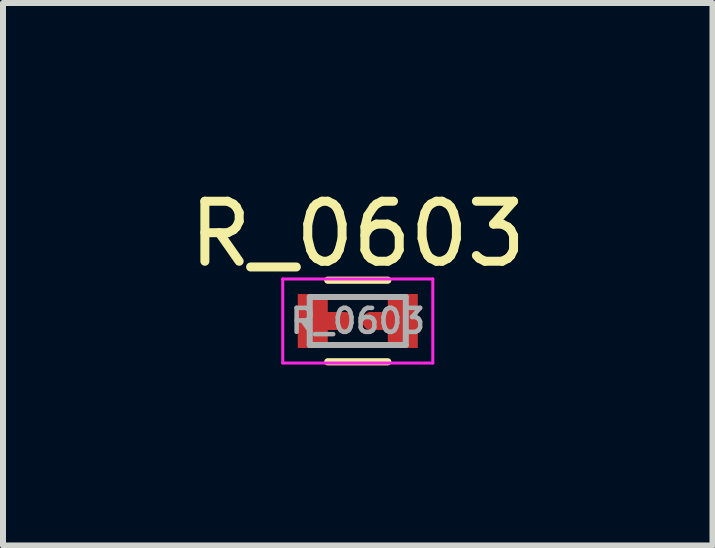
<source format=kicad_pcb>
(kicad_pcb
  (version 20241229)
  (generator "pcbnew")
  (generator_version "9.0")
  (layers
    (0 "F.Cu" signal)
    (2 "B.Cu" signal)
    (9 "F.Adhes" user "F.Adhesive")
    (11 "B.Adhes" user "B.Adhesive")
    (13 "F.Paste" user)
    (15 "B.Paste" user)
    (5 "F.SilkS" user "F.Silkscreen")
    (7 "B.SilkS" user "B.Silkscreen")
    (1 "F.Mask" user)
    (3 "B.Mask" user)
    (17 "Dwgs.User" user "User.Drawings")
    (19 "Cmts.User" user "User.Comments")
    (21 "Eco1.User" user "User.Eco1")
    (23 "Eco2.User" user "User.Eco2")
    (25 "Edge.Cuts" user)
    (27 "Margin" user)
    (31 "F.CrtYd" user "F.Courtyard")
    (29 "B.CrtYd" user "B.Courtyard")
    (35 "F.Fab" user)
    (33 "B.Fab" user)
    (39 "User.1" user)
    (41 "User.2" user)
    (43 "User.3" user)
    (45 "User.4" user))
  (footprint "R_0603"
    (layer "F.Cu")
    (at 2.911 2.298)
    (property "Reference" "R_0603" (at 0 -1.45 0) (layer "F.SilkS") (effects (font (size 1 1) (thickness 0.15))))
    (attr smd)
    (fp_line (start -0.762 0) (end -0.229 0) (stroke (width 0.3) (type solid)) (layer "F.Cu"))
    (fp_line (start 0.229 0) (end 0.762 0) (stroke (width 0.3) (type solid)) (layer "F.Cu"))
    (fp_line (start -0.5 -0.68) (end 0.5 -0.68) (stroke (width 0.12) (type solid)) (layer "F.SilkS"))
    (fp_line (start 0.5 0.68) (end -0.5 0.68) (stroke (width 0.12) (type solid)) (layer "F.SilkS"))
    (fp_line (start -1.25 -0.7) (end -1.25 0.7) (stroke (width 0.05) (type solid)) (layer "F.CrtYd"))
    (fp_line (start -1.25 -0.7) (end 1.25 -0.7) (stroke (width 0.05) (type solid)) (layer "F.CrtYd"))
    (fp_line (start 1.25 0.7) (end -1.25 0.7) (stroke (width 0.05) (type solid)) (layer "F.CrtYd"))
    (fp_line (start 1.25 0.7) (end 1.25 -0.7) (stroke (width 0.05) (type solid)) (layer "F.CrtYd"))
    (fp_line (start -0.8 -0.4) (end 0.8 -0.4) (stroke (width 0.1) (type solid)) (layer "F.Fab"))
    (fp_line (start -0.8 0.4) (end -0.8 -0.4) (stroke (width 0.1) (type solid)) (layer "F.Fab"))
    (fp_line (start 0.8 -0.4) (end 0.8 0.4) (stroke (width 0.1) (type solid)) (layer "F.Fab"))
    (fp_line (start 0.8 0.4) (end -0.8 0.4) (stroke (width 0.1) (type solid)) (layer "F.Fab"))
    (fp_text user "${REFERENCE}" (at 0 0 0) (layer "F.Fab") (effects (font (size 0.4 0.4) (thickness 0.075))))
    (pad "1" smd rect (at -0.75 0) (size 0.5 0.9) (layers "F.Cu" "F.Mask" "F.Paste"))
    (pad "2" smd circle (at -0.229 0) (size 0.3 0.3) (layers "F.Cu" "F.Mask" "F.Paste"))
    (pad "3" smd circle (at 0.229 0) (size 0.3 0.3) (layers "F.Cu" "F.Mask" "F.Paste"))
    (pad "4" smd rect (at 0.75 0) (size 0.5 0.9) (layers "F.Cu" "F.Mask" "F.Paste")))
  (gr_rect
    (start -3 -3)
    (end 8.821 6.038)
    (stroke (width 0.1) (type default))
    (fill no)
    (layer "Edge.Cuts")))
</source>
